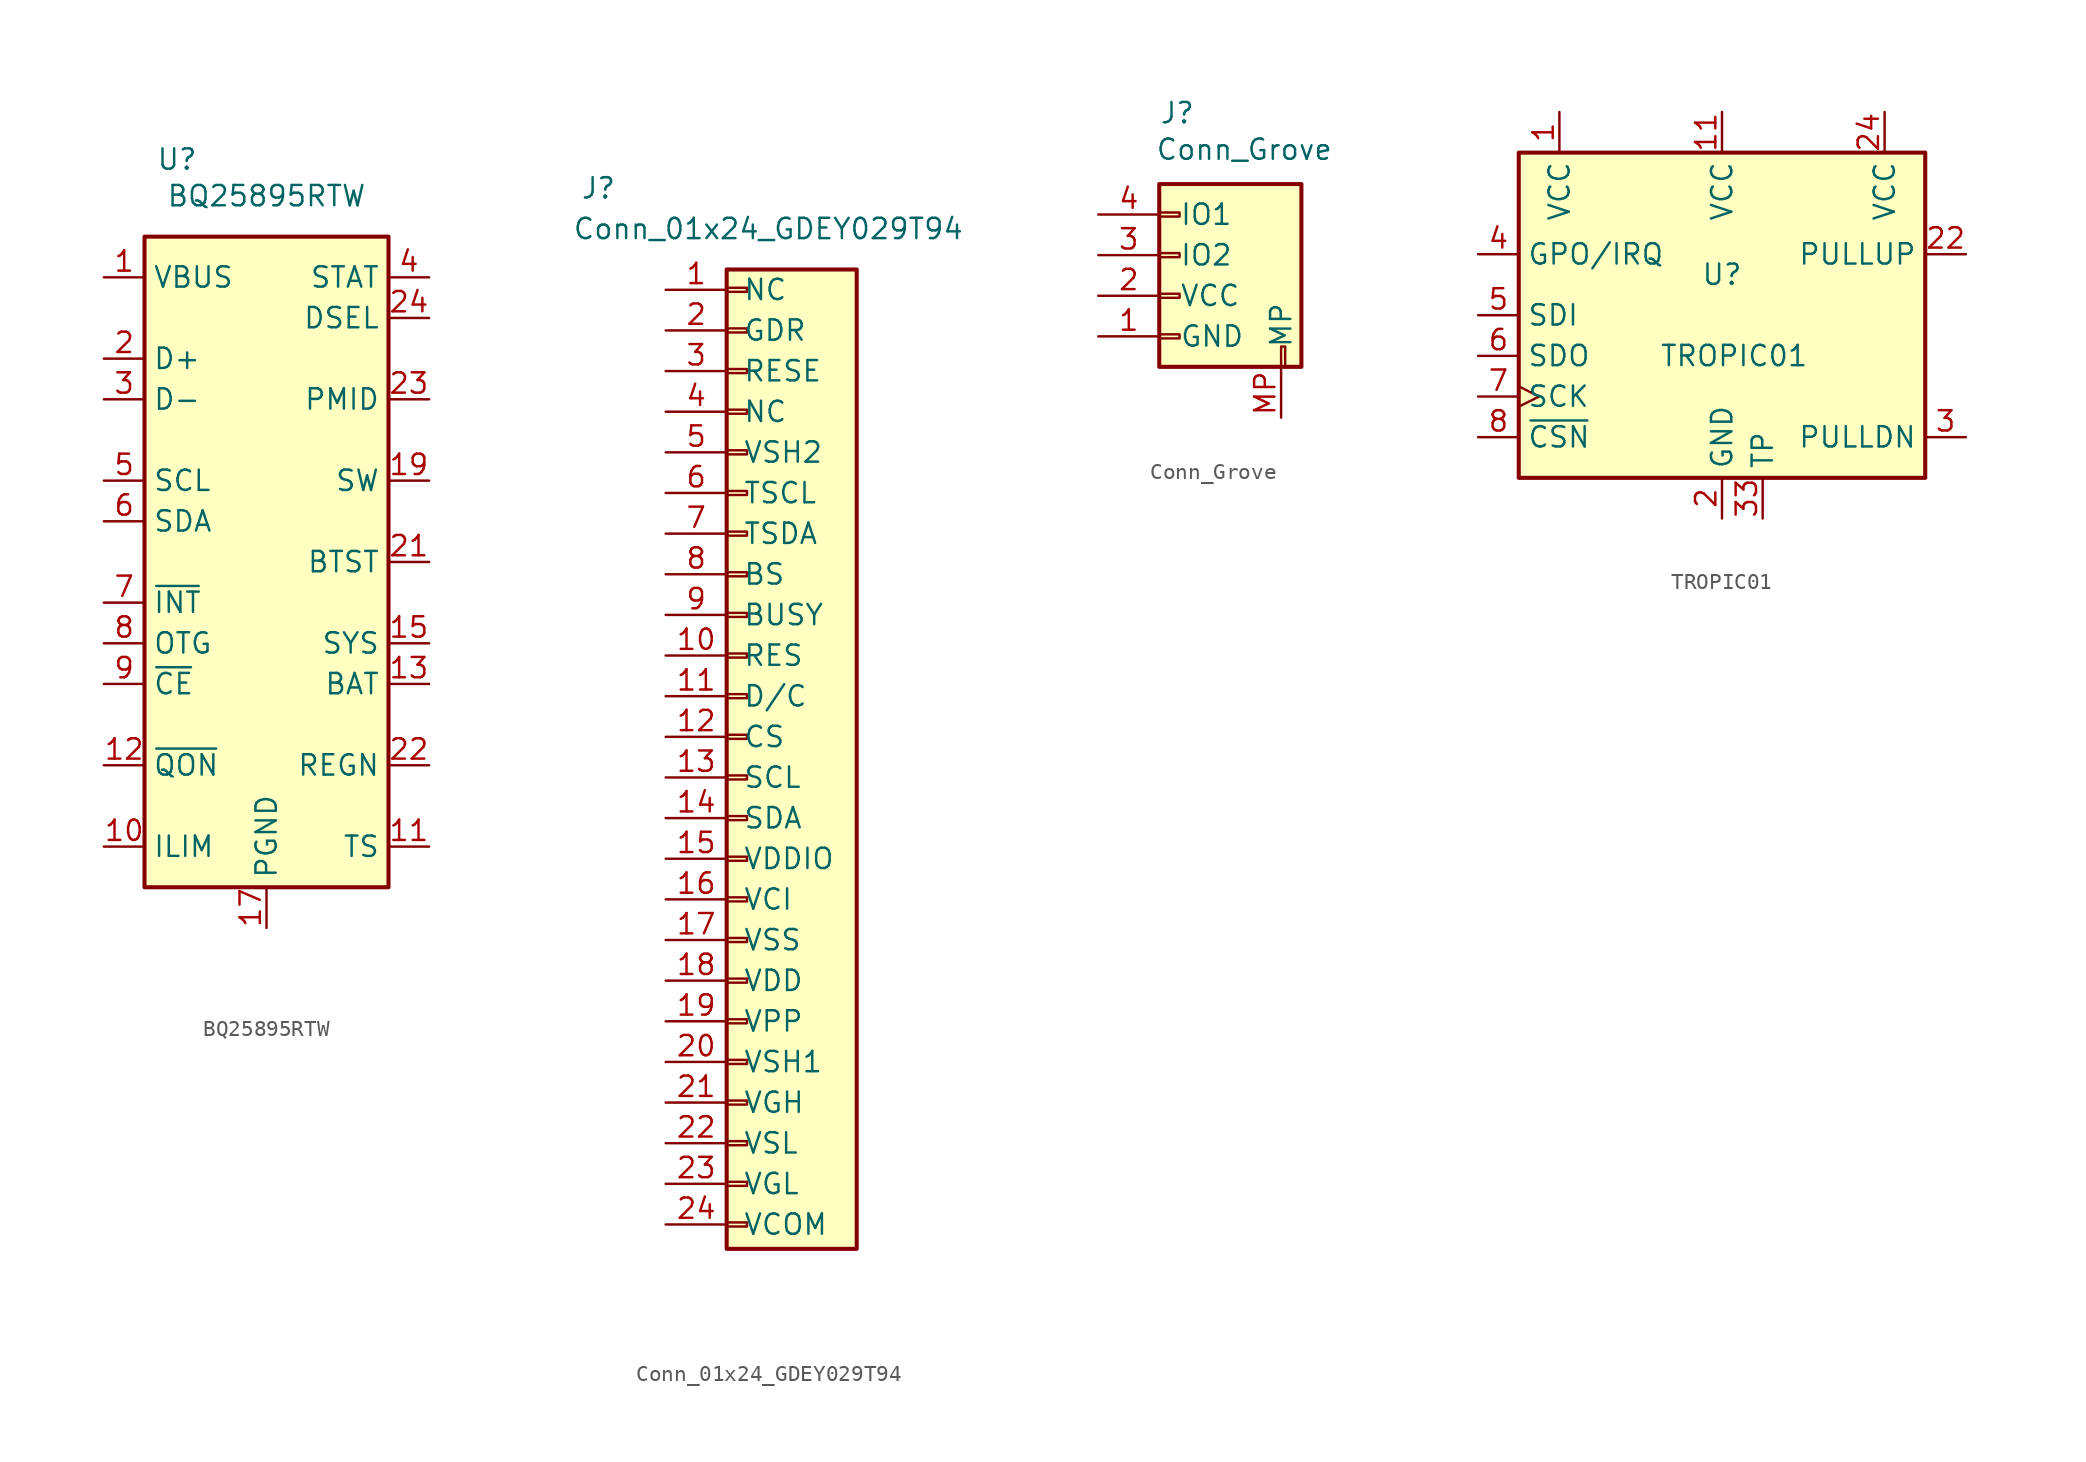
<source format=kicad_sym>
(kicad_symbol_lib
  (version 20241209)
  (generator "kicad_symbol_editor")
  (generator_version "9.0")
  (symbol "BQ25895RTW"
    (property "Reference" "U"
      (at -5.588 25.146 0)
      (effects (font (size 1.27 1.27))))
    (property "Value" "BQ25895RTW"
      (at 0 22.86 0)
      (effects (font (size 1.27 1.27))))
    (symbol "BQ25895RTW_0_1"
      (rectangle (start -7.62 20.32) (end 7.62 -20.32) (stroke (width 0.254) (type default)) (fill (type background))))
    (symbol "BQ25895RTW_1_1"
      (pin power_in line (at -10.16 17.78 0) (length 2.54) (name "VBUS" (effects (font (size 1.27 1.27)))) (number "1" (effects (font (size 1.27 1.27)))))
      (pin bidirectional line (at -10.16 12.7 0) (length 2.54) (name "D+" (effects (font (size 1.27 1.27)))) (number "2" (effects (font (size 1.27 1.27)))))
      (pin bidirectional line (at -10.16 10.16 0) (length 2.54) (name "D-" (effects (font (size 1.27 1.27)))) (number "3" (effects (font (size 1.27 1.27)))))
      (pin input line (at -10.16 5.08 0) (length 2.54) (name "SCL" (effects (font (size 1.27 1.27)))) (number "5" (effects (font (size 1.27 1.27)))))
      (pin bidirectional line (at -10.16 2.54 0) (length 2.54) (name "SDA" (effects (font (size 1.27 1.27)))) (number "6" (effects (font (size 1.27 1.27)))))
      (pin open_collector line (at -10.16 -2.54 0) (length 2.54) (name "~{INT}" (effects (font (size 1.27 1.27)))) (number "7" (effects (font (size 1.27 1.27)))))
      (pin input line (at -10.16 -5.08 0) (length 2.54) (name "OTG" (effects (font (size 1.27 1.27)))) (number "8" (effects (font (size 1.27 1.27)))))
      (pin input line (at -10.16 -7.62 0) (length 2.54) (name "~{CE}" (effects (font (size 1.27 1.27)))) (number "9" (effects (font (size 1.27 1.27)))))
      (pin input line (at -10.16 -12.7 0) (length 2.54) (name "~{QON}" (effects (font (size 1.27 1.27)))) (number "12" (effects (font (size 1.27 1.27)))))
      (pin passive line (at -10.16 -17.78 0) (length 2.54) (name "ILIM" (effects (font (size 1.27 1.27)))) (number "10" (effects (font (size 1.27 1.27)))))
      (pin power_in line (at 0 -22.86 90) (length 2.54) (name "PGND" (effects (font (size 1.27 1.27)))) (number "17" (effects (font (size 1.27 1.27)))))
      (pin passive line (at 0 -22.86 90) (length 2.54) (hide yes) (name "PGND" (effects (font (size 1.27 1.27)))) (number "18" (effects (font (size 1.27 1.27)))))
      (pin passive line (at 0 -22.86 90) (length 2.54) (hide yes) (name "PGND" (effects (font (size 1.27 1.27)))) (number "25" (effects (font (size 1.27 1.27)))))
      (pin open_collector line (at 10.16 17.78 180) (length 2.54) (name "STAT" (effects (font (size 1.27 1.27)))) (number "4" (effects (font (size 1.27 1.27)))))
      (pin open_collector line (at 10.16 15.24 180) (length 2.54) (name "DSEL" (effects (font (size 1.27 1.27)))) (number "24" (effects (font (size 1.27 1.27)))))
      (pin power_out line (at 10.16 10.16 180) (length 2.54) (name "PMID" (effects (font (size 1.27 1.27)))) (number "23" (effects (font (size 1.27 1.27)))))
      (pin power_out line (at 10.16 5.08 180) (length 2.54) (name "SW" (effects (font (size 1.27 1.27)))) (number "19" (effects (font (size 1.27 1.27)))))
      (pin passive line (at 10.16 5.08 180) (length 2.54) (hide yes) (name "SW" (effects (font (size 1.27 1.27)))) (number "20" (effects (font (size 1.27 1.27)))))
      (pin passive line (at 10.16 0 180) (length 2.54) (name "BTST" (effects (font (size 1.27 1.27)))) (number "21" (effects (font (size 1.27 1.27)))))
      (pin power_out line (at 10.16 -5.08 180) (length 2.54) (name "SYS" (effects (font (size 1.27 1.27)))) (number "15" (effects (font (size 1.27 1.27)))))
      (pin passive line (at 10.16 -5.08 180) (length 2.54) (hide yes) (name "SYS" (effects (font (size 1.27 1.27)))) (number "16" (effects (font (size 1.27 1.27)))))
      (pin passive line (at 10.16 -7.62 180) (length 2.54) (name "BAT" (effects (font (size 1.27 1.27)))) (number "13" (effects (font (size 1.27 1.27)))))
      (pin passive line (at 10.16 -7.62 180) (length 2.54) (hide yes) (name "BAT" (effects (font (size 1.27 1.27)))) (number "14" (effects (font (size 1.27 1.27)))))
      (pin power_out line (at 10.16 -12.7 180) (length 2.54) (name "REGN" (effects (font (size 1.27 1.27)))) (number "22" (effects (font (size 1.27 1.27)))))
      (pin passive line (at 10.16 -17.78 180) (length 2.54) (name "TS" (effects (font (size 1.27 1.27)))) (number "11" (effects (font (size 1.27 1.27)))))))
  (symbol "Conn_01x24_GDEY029T94"
    (pin_names
      (offset 1.016))
    (property "Reference" "J"
      (at -10.414 34.29 0)
      (effects (font (size 1.27 1.27)) (justify left)))
    (property "Value" "Conn_01x24_GDEY029T94"
      (at -10.922 31.75 0)
      (effects (font (size 1.27 1.27)) (justify left)))
    (symbol "Conn_01x24_GDEY029T94_1_1"
      (rectangle (start -1.27 29.21) (end 6.858 -32.004) (stroke (width 0.254) (type default)) (fill (type background)))
      (rectangle (start -1.27 28.067) (end 0 27.813) (stroke (width 0.152) (type default)) (fill (type none)))
      (rectangle (start -1.27 25.527) (end 0 25.273) (stroke (width 0.152) (type default)) (fill (type none)))
      (rectangle (start -1.27 22.987) (end 0 22.733) (stroke (width 0.152) (type default)) (fill (type none)))
      (rectangle (start -1.27 20.447) (end 0 20.193) (stroke (width 0.152) (type default)) (fill (type none)))
      (rectangle (start -1.27 17.907) (end 0 17.653) (stroke (width 0.152) (type default)) (fill (type none)))
      (rectangle (start -1.27 15.367) (end 0 15.113) (stroke (width 0.152) (type default)) (fill (type none)))
      (rectangle (start -1.27 12.827) (end 0 12.573) (stroke (width 0.152) (type default)) (fill (type none)))
      (rectangle (start -1.27 10.287) (end 0 10.033) (stroke (width 0.152) (type default)) (fill (type none)))
      (rectangle (start -1.27 7.747) (end 0 7.493) (stroke (width 0.152) (type default)) (fill (type none)))
      (rectangle (start -1.27 5.207) (end 0 4.953) (stroke (width 0.152) (type default)) (fill (type none)))
      (rectangle (start -1.27 2.667) (end 0 2.413) (stroke (width 0.152) (type default)) (fill (type none)))
      (rectangle (start -1.27 0.127) (end 0 -0.127) (stroke (width 0.152) (type default)) (fill (type none)))
      (rectangle (start -1.27 -2.413) (end 0 -2.667) (stroke (width 0.152) (type default)) (fill (type none)))
      (rectangle (start -1.27 -4.953) (end 0 -5.207) (stroke (width 0.152) (type default)) (fill (type none)))
      (rectangle (start -1.27 -7.493) (end 0 -7.747) (stroke (width 0.152) (type default)) (fill (type none)))
      (rectangle (start -1.27 -10.033) (end 0 -10.287) (stroke (width 0.152) (type default)) (fill (type none)))
      (rectangle (start -1.27 -12.573) (end 0 -12.827) (stroke (width 0.152) (type default)) (fill (type none)))
      (rectangle (start -1.27 -15.113) (end 0 -15.367) (stroke (width 0.152) (type default)) (fill (type none)))
      (rectangle (start -1.27 -17.653) (end 0 -17.907) (stroke (width 0.152) (type default)) (fill (type none)))
      (rectangle (start -1.27 -20.193) (end 0 -20.447) (stroke (width 0.152) (type default)) (fill (type none)))
      (rectangle (start -1.27 -22.733) (end 0 -22.987) (stroke (width 0.152) (type default)) (fill (type none)))
      (rectangle (start -1.27 -25.273) (end 0 -25.527) (stroke (width 0.152) (type default)) (fill (type none)))
      (rectangle (start -1.27 -27.813) (end 0 -28.067) (stroke (width 0.152) (type default)) (fill (type none)))
      (rectangle (start -1.27 -30.353) (end 0 -30.607) (stroke (width 0.152) (type default)) (fill (type none)))
      (pin passive line (at -5.08 27.94 0) (length 3.81) (name "NC" (effects (font (size 1.27 1.27)))) (number "1" (effects (font (size 1.27 1.27)))))
      (pin passive line (at -5.08 25.4 0) (length 3.81) (name "GDR" (effects (font (size 1.27 1.27)))) (number "2" (effects (font (size 1.27 1.27)))))
      (pin passive line (at -5.08 22.86 0) (length 3.81) (name "RESE" (effects (font (size 1.27 1.27)))) (number "3" (effects (font (size 1.27 1.27)))))
      (pin passive line (at -5.08 20.32 0) (length 3.81) (name "NC" (effects (font (size 1.27 1.27)))) (number "4" (effects (font (size 1.27 1.27)))))
      (pin passive line (at -5.08 17.78 0) (length 3.81) (name "VSH2" (effects (font (size 1.27 1.27)))) (number "5" (effects (font (size 1.27 1.27)))))
      (pin passive line (at -5.08 15.24 0) (length 3.81) (name "TSCL" (effects (font (size 1.27 1.27)))) (number "6" (effects (font (size 1.27 1.27)))))
      (pin passive line (at -5.08 12.7 0) (length 3.81) (name "TSDA" (effects (font (size 1.27 1.27)))) (number "7" (effects (font (size 1.27 1.27)))))
      (pin passive line (at -5.08 10.16 0) (length 3.81) (name "BS" (effects (font (size 1.27 1.27)))) (number "8" (effects (font (size 1.27 1.27)))))
      (pin passive line (at -5.08 7.62 0) (length 3.81) (name "BUSY" (effects (font (size 1.27 1.27)))) (number "9" (effects (font (size 1.27 1.27)))))
      (pin passive line (at -5.08 5.08 0) (length 3.81) (name "RES" (effects (font (size 1.27 1.27)))) (number "10" (effects (font (size 1.27 1.27)))))
      (pin passive line (at -5.08 2.54 0) (length 3.81) (name "D/C" (effects (font (size 1.27 1.27)))) (number "11" (effects (font (size 1.27 1.27)))))
      (pin passive line (at -5.08 0 0) (length 3.81) (name "CS" (effects (font (size 1.27 1.27)))) (number "12" (effects (font (size 1.27 1.27)))))
      (pin passive line (at -5.08 -2.54 0) (length 3.81) (name "SCL" (effects (font (size 1.27 1.27)))) (number "13" (effects (font (size 1.27 1.27)))))
      (pin passive line (at -5.08 -5.08 0) (length 3.81) (name "SDA" (effects (font (size 1.27 1.27)))) (number "14" (effects (font (size 1.27 1.27)))))
      (pin passive line (at -5.08 -7.62 0) (length 3.81) (name "VDDIO" (effects (font (size 1.27 1.27)))) (number "15" (effects (font (size 1.27 1.27)))))
      (pin passive line (at -5.08 -10.16 0) (length 3.81) (name "VCI" (effects (font (size 1.27 1.27)))) (number "16" (effects (font (size 1.27 1.27)))))
      (pin passive line (at -5.08 -12.7 0) (length 3.81) (name "VSS" (effects (font (size 1.27 1.27)))) (number "17" (effects (font (size 1.27 1.27)))))
      (pin passive line (at -5.08 -15.24 0) (length 3.81) (name "VDD" (effects (font (size 1.27 1.27)))) (number "18" (effects (font (size 1.27 1.27)))))
      (pin passive line (at -5.08 -17.78 0) (length 3.81) (name "VPP" (effects (font (size 1.27 1.27)))) (number "19" (effects (font (size 1.27 1.27)))))
      (pin passive line (at -5.08 -20.32 0) (length 3.81) (name "VSH1" (effects (font (size 1.27 1.27)))) (number "20" (effects (font (size 1.27 1.27)))))
      (pin passive line (at -5.08 -22.86 0) (length 3.81) (name "VGH" (effects (font (size 1.27 1.27)))) (number "21" (effects (font (size 1.27 1.27)))))
      (pin passive line (at -5.08 -25.4 0) (length 3.81) (name "VSL" (effects (font (size 1.27 1.27)))) (number "22" (effects (font (size 1.27 1.27)))))
      (pin passive line (at -5.08 -27.94 0) (length 3.81) (name "VGL" (effects (font (size 1.27 1.27)))) (number "23" (effects (font (size 1.27 1.27)))))
      (pin passive line (at -5.08 -30.48 0) (length 3.81) (name "VCOM" (effects (font (size 1.27 1.27)))) (number "24" (effects (font (size 1.27 1.27)))))))
  (symbol "Conn_Grove"
    (pin_names
      (offset 1.27))
    (property "Reference" "J"
      (at -1.27 8.89 0)
      (effects (font (size 1.27 1.27)) (justify left)))
    (property "Value" "Conn_Grove"
      (at -1.524 6.604 0)
      (effects (font (size 1.27 1.27)) (justify left)))
    (symbol "Conn_Grove_1_1"
      (rectangle (start -1.27 4.445) (end 7.62 -6.985) (stroke (width 0.254) (type default)) (fill (type background)))
      (rectangle (start -1.27 2.667) (end 0 2.413) (stroke (width 0.152) (type default)) (fill (type none)))
      (rectangle (start -1.27 0.127) (end 0 -0.127) (stroke (width 0.152) (type default)) (fill (type none)))
      (rectangle (start -1.27 -2.413) (end 0 -2.667) (stroke (width 0.152) (type default)) (fill (type none)))
      (rectangle (start -1.27 -4.953) (end 0 -5.207) (stroke (width 0.152) (type default)) (fill (type none)))
      (rectangle (start 6.35 -6.985) (end 6.604 -5.715) (stroke (width 0.152) (type default)) (fill (type none)))
      (pin bidirectional line (at -5.08 2.54 0) (length 3.81) (name "IO1" (effects (font (size 1.27 1.27)))) (number "4" (effects (font (size 1.27 1.27)))))
      (pin bidirectional line (at -5.08 0 0) (length 3.81) (name "IO2" (effects (font (size 1.27 1.27)))) (number "3" (effects (font (size 1.27 1.27)))))
      (pin power_in line (at -5.08 -2.54 0) (length 3.81) (name "VCC" (effects (font (size 1.27 1.27)))) (number "2" (effects (font (size 1.27 1.27)))))
      (pin power_in line (at -5.08 -5.08 0) (length 3.81) (name "GND" (effects (font (size 1.27 1.27)))) (number "1" (effects (font (size 1.27 1.27)))))
      (pin passive line (at 6.35 -10.16 90) (length 3.048) (name "MP" (effects (font (size 1.27 1.27)))) (number "MP" (effects (font (size 1.27 1.27)))))))
  (symbol "TROPIC01"
    (property "Reference" "U"
      (at 0 2.54 0)
      (effects (font (size 1.27 1.27))))
    (property "Value" "TROPIC01"
      (at 0.762 -2.54 0)
      (effects (font (size 1.27 1.27))))
    (symbol "TROPIC01_1_1"
      (rectangle (start -12.7 10.16) (end 12.7 -10.16) (stroke (width 0.254) (type solid)) (fill (type background)))
      (pin output line (at -15.24 3.81 0) (length 2.54) (name "GPO/IRQ" (effects (font (size 1.27 1.27)))) (number "4" (effects (font (size 1.27 1.27)))))
      (pin input line (at -15.24 0 0) (length 2.54) (name "SDI" (effects (font (size 1.27 1.27)))) (number "5" (effects (font (size 1.27 1.27)))))
      (pin output line (at -15.24 -2.54 0) (length 2.54) (name "SDO" (effects (font (size 1.27 1.27)))) (number "6" (effects (font (size 1.27 1.27)))))
      (pin input clock (at -15.24 -5.08 0) (length 2.54) (name "SCK" (effects (font (size 1.27 1.27)))) (number "7" (effects (font (size 1.27 1.27)))))
      (pin input line (at -15.24 -7.62 0) (length 2.54) (name "~{CSN}" (effects (font (size 1.27 1.27)))) (number "8" (effects (font (size 1.27 1.27)))))
      (pin no_connect line (at -12.7 6.35 0) (length 2.54) (hide yes) (name "NU" (effects (font (size 1.27 1.27)))) (number "26" (effects (font (size 1.27 1.27)))))
      (pin power_in line (at -10.16 12.7 270) (length 2.54) (name "VCC" (effects (font (size 1.27 1.27)))) (number "1" (effects (font (size 1.27 1.27)))))
      (pin no_connect line (at -7.62 -10.16 90) (length 2.54) (hide yes) (name "NU" (effects (font (size 1.27 1.27)))) (number "15" (effects (font (size 1.27 1.27)))))
      (pin no_connect line (at -5.08 10.16 270) (length 2.54) (hide yes) (name "NU" (effects (font (size 1.27 1.27)))) (number "27" (effects (font (size 1.27 1.27)))))
      (pin no_connect line (at -5.08 -10.16 90) (length 2.54) (hide yes) (name "NU" (effects (font (size 1.27 1.27)))) (number "16" (effects (font (size 1.27 1.27)))))
      (pin no_connect line (at -2.54 -10.16 90) (length 2.54) (hide yes) (name "NU" (effects (font (size 1.27 1.27)))) (number "32" (effects (font (size 1.27 1.27)))))
      (pin power_in line (at 0 12.7 270) (length 2.54) (name "VCC" (effects (font (size 1.27 1.27)))) (number "11" (effects (font (size 1.27 1.27)))))
      (pin passive line (at 0 -12.7 90) (length 2.54) (hide yes) (name "GND" (effects (font (size 1.27 1.27)))) (number "12" (effects (font (size 1.27 1.27)))))
      (pin power_in line (at 0 -12.7 90) (length 2.54) (name "GND" (effects (font (size 1.27 1.27)))) (number "2" (effects (font (size 1.27 1.27)))))
      (pin passive line (at 0 -12.7 90) (length 2.54) (hide yes) (name "GND" (effects (font (size 1.27 1.27)))) (number "23" (effects (font (size 1.27 1.27)))))
      (pin no_connect line (at 2.54 10.16 270) (length 2.54) (hide yes) (name "NU" (effects (font (size 1.27 1.27)))) (number "28" (effects (font (size 1.27 1.27)))))
      (pin passive line (at 2.54 -12.7 90) (length 2.54) (name "TP" (effects (font (size 1.27 1.27)))) (number "33" (effects (font (size 1.27 1.27)))))
      (pin no_connect line (at 5.08 10.16 270) (length 2.54) (hide yes) (name "NU" (effects (font (size 1.27 1.27)))) (number "29" (effects (font (size 1.27 1.27)))))
      (pin no_connect line (at 5.08 -10.16 90) (length 2.54) (hide yes) (name "NU" (effects (font (size 1.27 1.27)))) (number "13" (effects (font (size 1.27 1.27)))))
      (pin no_connect line (at 7.62 -10.16 90) (length 2.54) (hide yes) (name "NU" (effects (font (size 1.27 1.27)))) (number "14" (effects (font (size 1.27 1.27)))))
      (pin power_in line (at 10.16 12.7 270) (length 2.54) (name "VCC" (effects (font (size 1.27 1.27)))) (number "24" (effects (font (size 1.27 1.27)))))
      (pin no_connect line (at 10.16 -10.16 90) (length 2.54) (hide yes) (name "NU" (effects (font (size 1.27 1.27)))) (number "25" (effects (font (size 1.27 1.27)))))
      (pin no_connect line (at 12.7 8.89 180) (length 2.54) (hide yes) (name "NU" (effects (font (size 1.27 1.27)))) (number "17" (effects (font (size 1.27 1.27)))))
      (pin no_connect line (at 12.7 6.35 180) (length 2.54) (hide yes) (name "NU" (effects (font (size 1.27 1.27)))) (number "18" (effects (font (size 1.27 1.27)))))
      (pin no_connect line (at 12.7 1.27 180) (length 2.54) (hide yes) (name "NU" (effects (font (size 1.27 1.27)))) (number "19" (effects (font (size 1.27 1.27)))))
      (pin no_connect line (at 12.7 -2.54 180) (length 2.54) (hide yes) (name "NU" (effects (font (size 1.27 1.27)))) (number "20" (effects (font (size 1.27 1.27)))))
      (pin no_connect line (at 12.7 -5.08 180) (length 2.54) (hide yes) (name "NU" (effects (font (size 1.27 1.27)))) (number "21" (effects (font (size 1.27 1.27)))))
      (pin input line (at 15.24 3.81 180) (length 2.54) (name "PULLUP" (effects (font (size 1.27 1.27)))) (number "22" (effects (font (size 1.27 1.27)))))
      (pin input line (at 15.24 -7.62 180) (length 2.54) (hide yes) (name "PULLDN" (effects (font (size 1.27 1.27)))) (number "10" (effects (font (size 1.27 1.27)))))
      (pin input line (at 15.24 -7.62 180) (length 2.54) (name "PULLDN" (effects (font (size 1.27 1.27)))) (number "3" (effects (font (size 1.27 1.27)))))
      (pin input line (at 15.24 -7.62 180) (length 2.54) (hide yes) (name "PULLDN" (effects (font (size 1.27 1.27)))) (number "30" (effects (font (size 1.27 1.27)))))
      (pin input line (at 15.24 -7.62 180) (length 2.54) (hide yes) (name "PULLDN" (effects (font (size 1.27 1.27)))) (number "31" (effects (font (size 1.27 1.27)))))
      (pin input line (at 15.24 -7.62 180) (length 2.54) (hide yes) (name "PULLDN" (effects (font (size 1.27 1.27)))) (number "9" (effects (font (size 1.27 1.27))))))))
</source>
